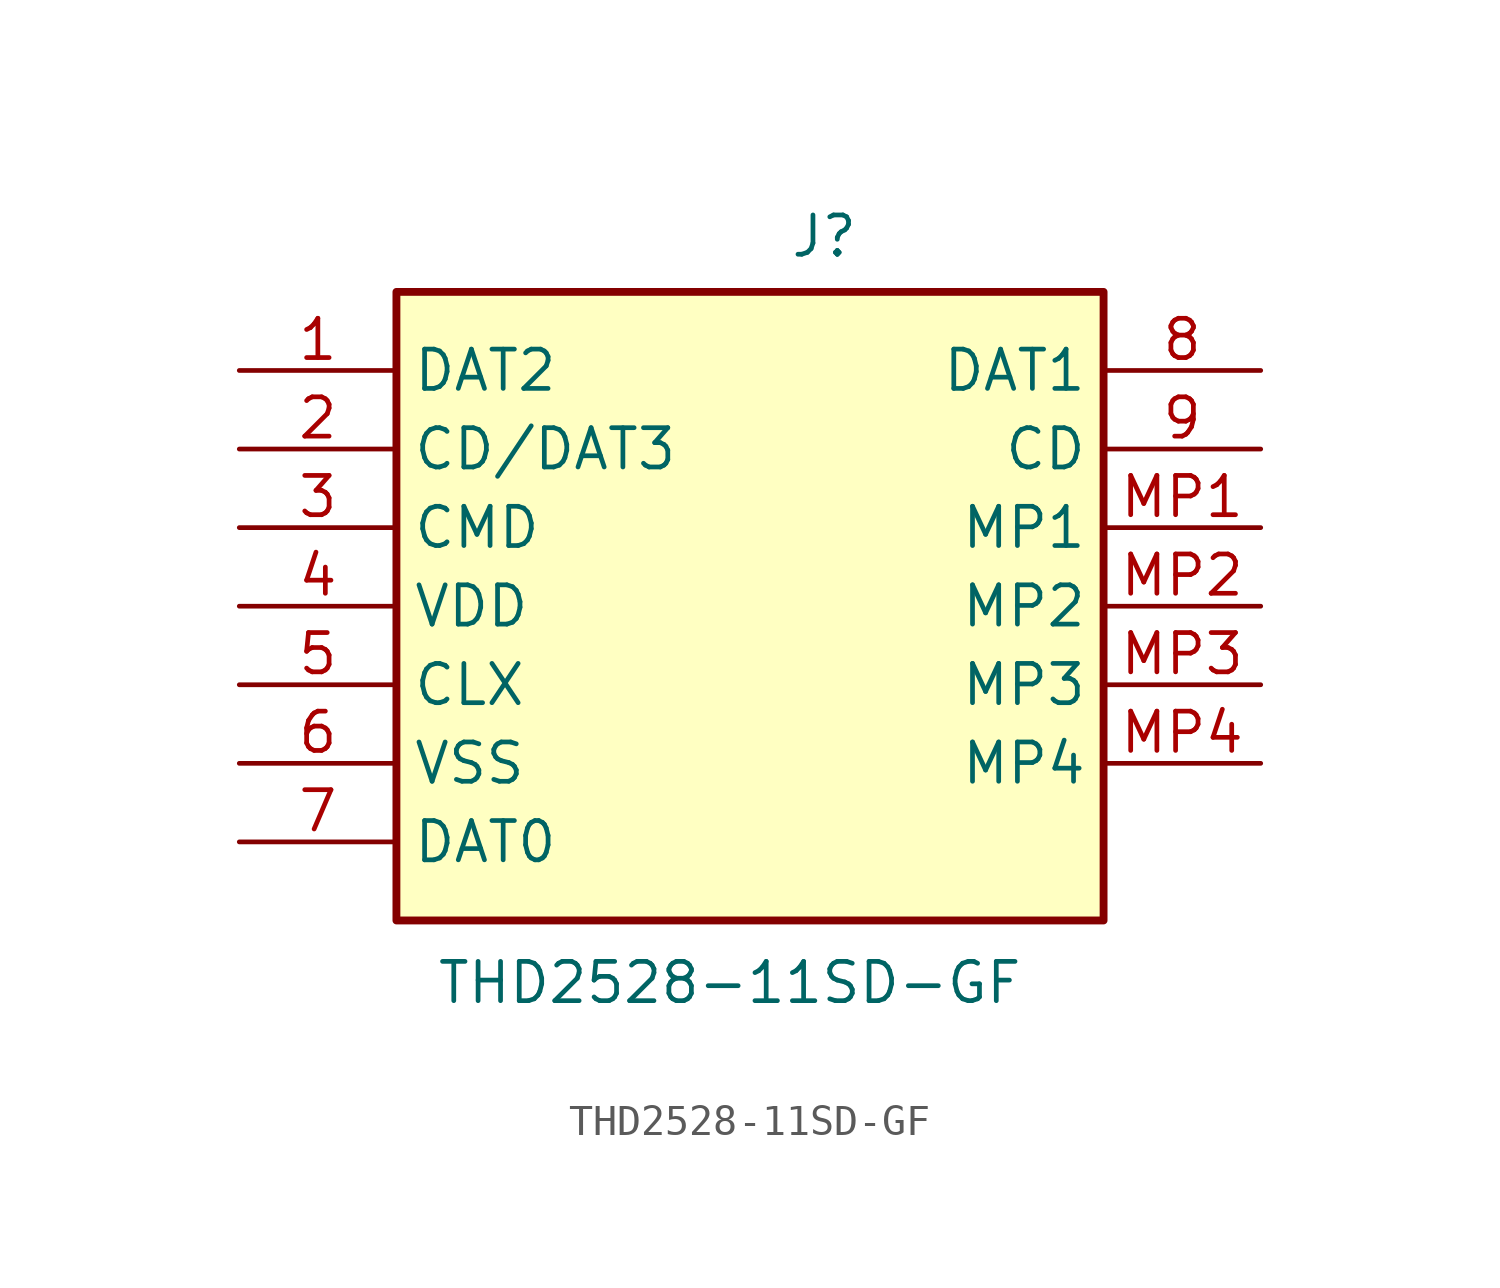
<source format=kicad_sym>
(kicad_symbol_lib
  (version 20220914)
  (generator kicad_symbol_editor)
  (symbol "THD2528-11SD-GF"
    (property "Reference" "J"
      (at 17.78 5.08 0)
      (effects (font (size 1.27 1.27)) (justify left top)))
    (property "Value" "THD2528-11SD-GF"
      (at 6.35 -19.05 0)
      (effects (font (size 1.27 1.27)) (justify left top)))
    (symbol "THD2528-11SD-GF_1_1"
      (rectangle (start 5.08 2.54) (end 27.94 -17.78) (stroke (width 0.254) (type default)) (fill (type background)))
      (pin passive line (at 0 0 0) (length 5.08) (name "DAT2" (effects (font (size 1.27 1.27)))) (number "1" (effects (font (size 1.27 1.27)))))
      (pin passive line (at 0 -2.54 0) (length 5.08) (name "CD/DAT3" (effects (font (size 1.27 1.27)))) (number "2" (effects (font (size 1.27 1.27)))))
      (pin passive line (at 0 -5.08 0) (length 5.08) (name "CMD" (effects (font (size 1.27 1.27)))) (number "3" (effects (font (size 1.27 1.27)))))
      (pin passive line (at 0 -7.62 0) (length 5.08) (name "VDD" (effects (font (size 1.27 1.27)))) (number "4" (effects (font (size 1.27 1.27)))))
      (pin passive line (at 0 -10.16 0) (length 5.08) (name "CLX" (effects (font (size 1.27 1.27)))) (number "5" (effects (font (size 1.27 1.27)))))
      (pin passive line (at 0 -12.7 0) (length 5.08) (name "VSS" (effects (font (size 1.27 1.27)))) (number "6" (effects (font (size 1.27 1.27)))))
      (pin passive line (at 0 -15.24 0) (length 5.08) (name "DAT0" (effects (font (size 1.27 1.27)))) (number "7" (effects (font (size 1.27 1.27)))))
      (pin passive line (at 33.02 0 180) (length 5.08) (name "DAT1" (effects (font (size 1.27 1.27)))) (number "8" (effects (font (size 1.27 1.27)))))
      (pin passive line (at 33.02 -2.54 180) (length 5.08) (name "CD" (effects (font (size 1.27 1.27)))) (number "9" (effects (font (size 1.27 1.27)))))
      (pin passive line (at 33.02 -5.08 180) (length 5.08) (name "MP1" (effects (font (size 1.27 1.27)))) (number "MP1" (effects (font (size 1.27 1.27)))))
      (pin passive line (at 33.02 -7.62 180) (length 5.08) (name "MP2" (effects (font (size 1.27 1.27)))) (number "MP2" (effects (font (size 1.27 1.27)))))
      (pin passive line (at 33.02 -10.16 180) (length 5.08) (name "MP3" (effects (font (size 1.27 1.27)))) (number "MP3" (effects (font (size 1.27 1.27)))))
      (pin passive line (at 33.02 -12.7 180) (length 5.08) (name "MP4" (effects (font (size 1.27 1.27)))) (number "MP4" (effects (font (size 1.27 1.27))))))))
</source>
